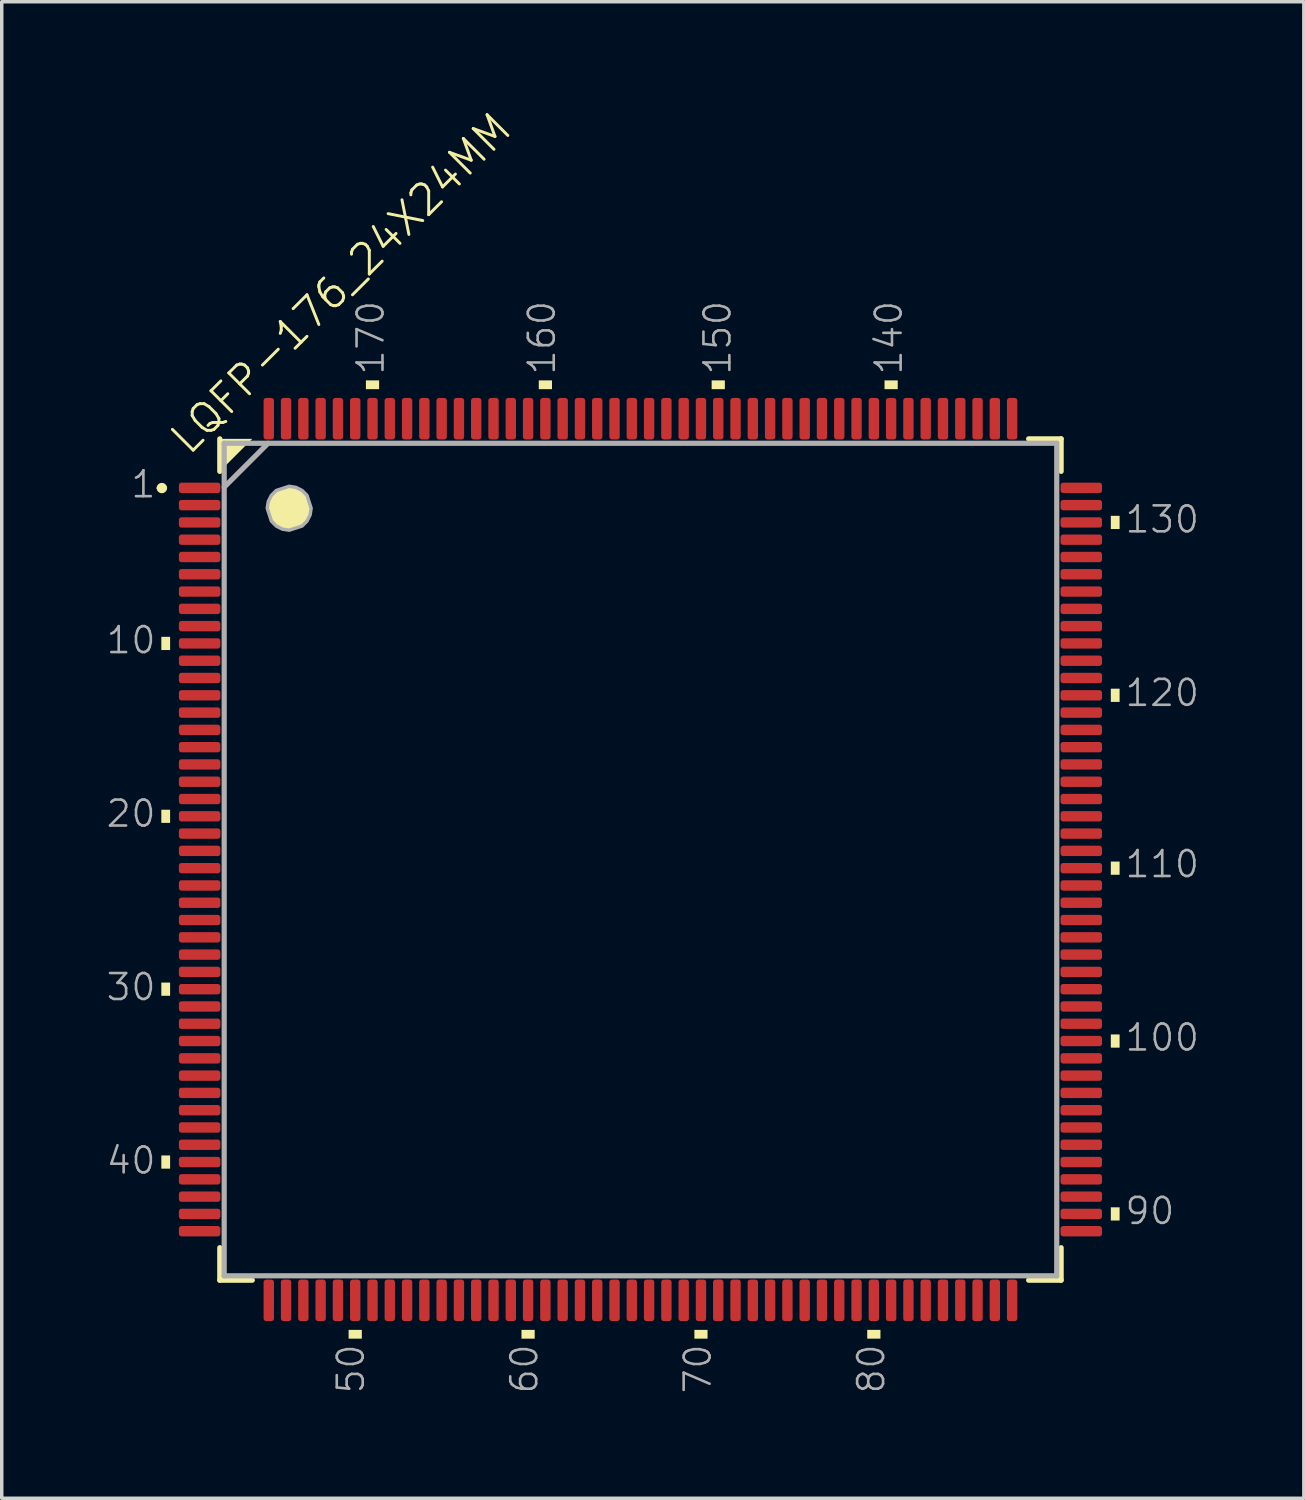
<source format=kicad_pcb>
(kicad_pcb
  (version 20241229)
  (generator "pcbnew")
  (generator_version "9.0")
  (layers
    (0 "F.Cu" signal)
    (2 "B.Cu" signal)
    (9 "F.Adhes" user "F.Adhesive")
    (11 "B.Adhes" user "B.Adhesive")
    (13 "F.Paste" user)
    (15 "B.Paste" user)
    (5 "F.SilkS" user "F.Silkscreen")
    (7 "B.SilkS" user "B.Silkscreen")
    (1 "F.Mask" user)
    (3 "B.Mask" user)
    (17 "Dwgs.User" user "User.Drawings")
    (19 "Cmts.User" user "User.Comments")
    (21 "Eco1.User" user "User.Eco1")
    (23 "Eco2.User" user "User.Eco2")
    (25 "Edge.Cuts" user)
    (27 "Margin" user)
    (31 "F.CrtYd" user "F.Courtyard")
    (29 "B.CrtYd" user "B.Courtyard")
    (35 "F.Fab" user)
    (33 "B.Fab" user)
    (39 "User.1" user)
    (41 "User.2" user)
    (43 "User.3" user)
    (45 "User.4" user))
  (footprint "LQFP-176_24X24MM"
    (layer "F.Cu")
    (at 15.474 21.81)
    (property "Reference" "LQFP-176_24X24MM" (at -13.043 -11.581 45) (layer "F.SilkS") (effects (font (size 0.85 0.85) (thickness 0.085)) (justify left bottom)))
    (attr smd)
    (fp_line (start -12.167 -12.167) (end -12.167 -11.227) (stroke (width 0.15) (type solid)) (layer "F.SilkS"))
    (fp_line (start -12.167 11.227) (end -12.167 12.167) (stroke (width 0.15) (type solid)) (layer "F.SilkS"))
    (fp_line (start -12.167 12.167) (end -11.227 12.167) (stroke (width 0.15) (type solid)) (layer "F.SilkS"))
    (fp_line (start 11.227 12.167) (end 12.167 12.167) (stroke (width 0.15) (type solid)) (layer "F.SilkS"))
    (fp_line (start 12.167 -12.167) (end 11.227 -12.167) (stroke (width 0.15) (type solid)) (layer "F.SilkS"))
    (fp_line (start 12.167 -11.227) (end 12.167 -12.167) (stroke (width 0.15) (type solid)) (layer "F.SilkS"))
    (fp_line (start 12.167 12.167) (end 12.167 11.227) (stroke (width 0.15) (type solid)) (layer "F.SilkS"))
    (fp_arc (start -13.9192 -10.7442) (mid -13.843 -10.8204) (end -13.7668 -10.7442) (stroke (width 0.15) (type solid)) (layer "F.SilkS"))
    (fp_arc (start -13.7668 -10.7442) (mid -13.843 -10.668) (end -13.9192 -10.7442) (stroke (width 0.15) (type solid)) (layer "F.SilkS"))
    (fp_poly (pts (xy -12.167 -12.167) (xy -11.227 -12.167) (xy -12.167 -11.227)) (stroke (width 0) (type solid)) (fill yes) (layer "F.SilkS"))
    (fp_poly (pts (xy -13.858 -6.441) (xy -13.858 -6.059) (xy -13.604 -6.059) (xy -13.604 -6.441)) (stroke (width 0) (type solid)) (fill yes) (layer "F.SilkS"))
    (fp_poly (pts (xy -13.858 -1.44) (xy -13.858 -1.06) (xy -13.604 -1.06) (xy -13.604 -1.44)) (stroke (width 0) (type solid)) (fill yes) (layer "F.SilkS"))
    (fp_poly (pts (xy -13.858 3.559) (xy -13.858 3.941) (xy -13.604 3.941) (xy -13.604 3.559)) (stroke (width 0) (type solid)) (fill yes) (layer "F.SilkS"))
    (fp_poly (pts (xy -13.858 8.559) (xy -13.858 8.941) (xy -13.604 8.941) (xy -13.604 8.559)) (stroke (width 0) (type solid)) (fill yes) (layer "F.SilkS"))
    (fp_poly (pts (xy -8.441 13.604) (xy -8.441 13.858) (xy -8.059 13.858) (xy -8.059 13.604)) (stroke (width 0) (type solid)) (fill yes) (layer "F.SilkS"))
    (fp_poly (pts (xy -7.941 -13.604) (xy -7.941 -13.858) (xy -7.559 -13.858) (xy -7.559 -13.604)) (stroke (width 0) (type solid)) (fill yes) (layer "F.SilkS"))
    (fp_poly (pts (xy -3.441 13.604) (xy -3.441 13.858) (xy -3.059 13.858) (xy -3.059 13.604)) (stroke (width 0) (type solid)) (fill yes) (layer "F.SilkS"))
    (fp_poly (pts (xy -2.941 -13.604) (xy -2.941 -13.858) (xy -2.559 -13.858) (xy -2.559 -13.604)) (stroke (width 0) (type solid)) (fill yes) (layer "F.SilkS"))
    (fp_poly (pts (xy 1.56 13.604) (xy 1.56 13.858) (xy 1.94 13.858) (xy 1.94 13.604)) (stroke (width 0) (type solid)) (fill yes) (layer "F.SilkS"))
    (fp_poly (pts (xy 2.059 -13.604) (xy 2.059 -13.858) (xy 2.441 -13.858) (xy 2.441 -13.604)) (stroke (width 0) (type solid)) (fill yes) (layer "F.SilkS"))
    (fp_poly (pts (xy 6.559 13.604) (xy 6.559 13.858) (xy 6.941 13.858) (xy 6.941 13.604)) (stroke (width 0) (type solid)) (fill yes) (layer "F.SilkS"))
    (fp_poly (pts (xy 7.059 -13.604) (xy 7.059 -13.858) (xy 7.441 -13.858) (xy 7.441 -13.604)) (stroke (width 0) (type solid)) (fill yes) (layer "F.SilkS"))
    (fp_poly (pts (xy 13.858 -9.941) (xy 13.858 -9.559) (xy 13.604 -9.559) (xy 13.604 -9.941)) (stroke (width 0) (type solid)) (fill yes) (layer "F.SilkS"))
    (fp_poly (pts (xy 13.858 -4.941) (xy 13.858 -4.559) (xy 13.604 -4.559) (xy 13.604 -4.941)) (stroke (width 0) (type solid)) (fill yes) (layer "F.SilkS"))
    (fp_poly (pts (xy 13.858 0.059) (xy 13.858 0.441) (xy 13.604 0.441) (xy 13.604 0.059)) (stroke (width 0) (type solid)) (fill yes) (layer "F.SilkS"))
    (fp_poly (pts (xy 13.858 5.059) (xy 13.858 5.441) (xy 13.604 5.441) (xy 13.604 5.059)) (stroke (width 0) (type solid)) (fill yes) (layer "F.SilkS"))
    (fp_poly (pts (xy 13.858 10.059) (xy 13.858 10.441) (xy 13.604 10.441) (xy 13.604 10.059)) (stroke (width 0) (type solid)) (fill yes) (layer "F.SilkS"))
    (fp_poly (pts (xy -10.16 -10.795) (xy -9.964 -10.764) (xy -9.787 -10.674) (xy -9.646 -10.533) (xy -9.525 -10.16) (xy -9.556 -9.964) (xy -9.646 -9.787) (xy -9.787 -9.646) (xy -10.16 -9.525) (xy -10.356 -9.556) (xy -10.533 -9.646) (xy -10.674 -9.787) (xy -10.795 -10.16) (xy -10.764 -10.356) (xy -10.674 -10.533) (xy -10.533 -10.674)) (stroke (width 0) (type solid)) (fill yes) (layer "F.SilkS"))
    (fp_line (start -12.04 -12.04) (end -12.04 12.04) (stroke (width 0.15) (type solid)) (layer "F.Fab"))
    (fp_line (start -12.04 -10.77) (end -10.77 -12.04) (stroke (width 0.15) (type solid)) (layer "F.Fab"))
    (fp_line (start -12.04 12.04) (end 12.04 12.04) (stroke (width 0.15) (type solid)) (layer "F.Fab"))
    (fp_line (start 12.04 -12.04) (end -12.04 -12.04) (stroke (width 0.15) (type solid)) (layer "F.Fab"))
    (fp_line (start 12.04 12.04) (end 12.04 -12.04) (stroke (width 0.15) (type solid)) (layer "F.Fab"))
    (fp_poly (pts (xy -10.16 -10.795) (xy -9.964 -10.764) (xy -9.787 -10.674) (xy -9.646 -10.533) (xy -9.525 -10.16) (xy -9.556 -9.964) (xy -9.646 -9.787) (xy -9.787 -9.646) (xy -10.16 -9.525) (xy -10.356 -9.556) (xy -10.533 -9.646) (xy -10.674 -9.787) (xy -10.795 -10.16) (xy -10.764 -10.356) (xy -10.674 -10.533) (xy -10.533 -10.674)) (stroke (width 0.1) (type solid)) (fill no) (layer "F.Fab"))
    (fp_text user "110" (at 13.97 0.572 0) (layer "F.Fab") (effects (font (size 0.75 0.75) (thickness 0.075)) (justify left bottom)))
    (fp_text user "80" (at 7.112 13.97 90) (layer "F.Fab") (effects (font (size 0.75 0.75) (thickness 0.075)) (justify right bottom)))
    (fp_text user "120" (at 13.97 -4.381 0) (layer "F.Fab") (effects (font (size 0.75 0.75) (thickness 0.075)) (justify left bottom)))
    (fp_text user "40" (at -13.97 9.144 0) (layer "F.Fab") (effects (font (size 0.75 0.75) (thickness 0.075)) (justify right bottom)))
    (fp_text user "20" (at -13.97 -0.889 0) (layer "F.Fab") (effects (font (size 0.75 0.75) (thickness 0.075)) (justify right bottom)))
    (fp_text user "90" (at 13.97 10.604 0) (layer "F.Fab") (effects (font (size 0.75 0.75) (thickness 0.075)) (justify left bottom)))
    (fp_text user "70" (at 2.095 13.97 90) (layer "F.Fab") (effects (font (size 0.75 0.75) (thickness 0.075)) (justify right bottom)))
    (fp_text user "170" (at -7.366 -13.97 90) (layer "F.Fab") (effects (font (size 0.75 0.75) (thickness 0.075)) (justify left bottom)))
    (fp_text user "140" (at 7.62 -13.97 90) (layer "F.Fab") (effects (font (size 0.75 0.75) (thickness 0.075)) (justify left bottom)))
    (fp_text user "100" (at 13.97 5.588 0) (layer "F.Fab") (effects (font (size 0.75 0.75) (thickness 0.075)) (justify left bottom)))
    (fp_text user "160" (at -2.413 -13.97 90) (layer "F.Fab") (effects (font (size 0.75 0.75) (thickness 0.075)) (justify left bottom)))
    (fp_text user "150" (at 2.667 -13.97 90) (layer "F.Fab") (effects (font (size 0.75 0.75) (thickness 0.075)) (justify left bottom)))
    (fp_text user "50" (at -7.938 13.97 90) (layer "F.Fab") (effects (font (size 0.75 0.75) (thickness 0.075)) (justify right bottom)))
    (fp_text user "30" (at -13.97 4.128 0) (layer "F.Fab") (effects (font (size 0.75 0.75) (thickness 0.075)) (justify right bottom)))
    (fp_text user "1" (at -13.97 -10.414 0) (layer "F.Fab") (effects (font (size 0.75 0.75) (thickness 0.075)) (justify right bottom)))
    (fp_text user "130" (at 13.97 -9.398 0) (layer "F.Fab") (effects (font (size 0.75 0.75) (thickness 0.075)) (justify left bottom)))
    (fp_text user "10" (at -13.97 -5.905 0) (layer "F.Fab") (effects (font (size 0.75 0.75) (thickness 0.075)) (justify right bottom)))
    (fp_text user "60" (at -2.921 13.97 90) (layer "F.Fab") (effects (font (size 0.75 0.75) (thickness 0.075)) (justify right bottom)))
    (pad "1" smd roundrect (at -12.75 -10.75) (size 1.2 0.3) (layers "F.Cu" "F.Mask" "F.Paste") (roundrect_rratio 0.25))
    (pad "2" smd roundrect (at -12.75 -10.25) (size 1.2 0.3) (layers "F.Cu" "F.Mask" "F.Paste") (roundrect_rratio 0.25))
    (pad "3" smd roundrect (at -12.75 -9.75) (size 1.2 0.3) (layers "F.Cu" "F.Mask" "F.Paste") (roundrect_rratio 0.25))
    (pad "4" smd roundrect (at -12.75 -9.25) (size 1.2 0.3) (layers "F.Cu" "F.Mask" "F.Paste") (roundrect_rratio 0.25))
    (pad "5" smd roundrect (at -12.75 -8.75) (size 1.2 0.3) (layers "F.Cu" "F.Mask" "F.Paste") (roundrect_rratio 0.25))
    (pad "6" smd roundrect (at -12.75 -8.25) (size 1.2 0.3) (layers "F.Cu" "F.Mask" "F.Paste") (roundrect_rratio 0.25))
    (pad "7" smd roundrect (at -12.75 -7.75) (size 1.2 0.3) (layers "F.Cu" "F.Mask" "F.Paste") (roundrect_rratio 0.25))
    (pad "8" smd roundrect (at -12.75 -7.25) (size 1.2 0.3) (layers "F.Cu" "F.Mask" "F.Paste") (roundrect_rratio 0.25))
    (pad "9" smd roundrect (at -12.75 -6.75) (size 1.2 0.3) (layers "F.Cu" "F.Mask" "F.Paste") (roundrect_rratio 0.25))
    (pad "10" smd roundrect (at -12.75 -6.25) (size 1.2 0.3) (layers "F.Cu" "F.Mask" "F.Paste") (roundrect_rratio 0.25))
    (pad "11" smd roundrect (at -12.75 -5.75) (size 1.2 0.3) (layers "F.Cu" "F.Mask" "F.Paste") (roundrect_rratio 0.25))
    (pad "12" smd roundrect (at -12.75 -5.25) (size 1.2 0.3) (layers "F.Cu" "F.Mask" "F.Paste") (roundrect_rratio 0.25))
    (pad "13" smd roundrect (at -12.75 -4.75) (size 1.2 0.3) (layers "F.Cu" "F.Mask" "F.Paste") (roundrect_rratio 0.25))
    (pad "14" smd roundrect (at -12.75 -4.25) (size 1.2 0.3) (layers "F.Cu" "F.Mask" "F.Paste") (roundrect_rratio 0.25))
    (pad "15" smd roundrect (at -12.75 -3.75) (size 1.2 0.3) (layers "F.Cu" "F.Mask" "F.Paste") (roundrect_rratio 0.25))
    (pad "16" smd roundrect (at -12.75 -3.25) (size 1.2 0.3) (layers "F.Cu" "F.Mask" "F.Paste") (roundrect_rratio 0.25))
    (pad "17" smd roundrect (at -12.75 -2.75) (size 1.2 0.3) (layers "F.Cu" "F.Mask" "F.Paste") (roundrect_rratio 0.25))
    (pad "18" smd roundrect (at -12.75 -2.25) (size 1.2 0.3) (layers "F.Cu" "F.Mask" "F.Paste") (roundrect_rratio 0.25))
    (pad "19" smd roundrect (at -12.75 -1.75) (size 1.2 0.3) (layers "F.Cu" "F.Mask" "F.Paste") (roundrect_rratio 0.25))
    (pad "20" smd roundrect (at -12.75 -1.25) (size 1.2 0.3) (layers "F.Cu" "F.Mask" "F.Paste") (roundrect_rratio 0.25))
    (pad "21" smd roundrect (at -12.75 -0.75) (size 1.2 0.3) (layers "F.Cu" "F.Mask" "F.Paste") (roundrect_rratio 0.25))
    (pad "22" smd roundrect (at -12.75 -0.25) (size 1.2 0.3) (layers "F.Cu" "F.Mask" "F.Paste") (roundrect_rratio 0.25))
    (pad "23" smd roundrect (at -12.75 0.25) (size 1.2 0.3) (layers "F.Cu" "F.Mask" "F.Paste") (roundrect_rratio 0.25))
    (pad "24" smd roundrect (at -12.75 0.75) (size 1.2 0.3) (layers "F.Cu" "F.Mask" "F.Paste") (roundrect_rratio 0.25))
    (pad "25" smd roundrect (at -12.75 1.25) (size 1.2 0.3) (layers "F.Cu" "F.Mask" "F.Paste") (roundrect_rratio 0.25))
    (pad "26" smd roundrect (at -12.75 1.75) (size 1.2 0.3) (layers "F.Cu" "F.Mask" "F.Paste") (roundrect_rratio 0.25))
    (pad "27" smd roundrect (at -12.75 2.25) (size 1.2 0.3) (layers "F.Cu" "F.Mask" "F.Paste") (roundrect_rratio 0.25))
    (pad "28" smd roundrect (at -12.75 2.75) (size 1.2 0.3) (layers "F.Cu" "F.Mask" "F.Paste") (roundrect_rratio 0.25))
    (pad "29" smd roundrect (at -12.75 3.25) (size 1.2 0.3) (layers "F.Cu" "F.Mask" "F.Paste") (roundrect_rratio 0.25))
    (pad "30" smd roundrect (at -12.75 3.75) (size 1.2 0.3) (layers "F.Cu" "F.Mask" "F.Paste") (roundrect_rratio 0.25))
    (pad "31" smd roundrect (at -12.75 4.25) (size 1.2 0.3) (layers "F.Cu" "F.Mask" "F.Paste") (roundrect_rratio 0.25))
    (pad "32" smd roundrect (at -12.75 4.75) (size 1.2 0.3) (layers "F.Cu" "F.Mask" "F.Paste") (roundrect_rratio 0.25))
    (pad "33" smd roundrect (at -12.75 5.25) (size 1.2 0.3) (layers "F.Cu" "F.Mask" "F.Paste") (roundrect_rratio 0.25))
    (pad "34" smd roundrect (at -12.75 5.75) (size 1.2 0.3) (layers "F.Cu" "F.Mask" "F.Paste") (roundrect_rratio 0.25))
    (pad "35" smd roundrect (at -12.75 6.25) (size 1.2 0.3) (layers "F.Cu" "F.Mask" "F.Paste") (roundrect_rratio 0.25))
    (pad "36" smd roundrect (at -12.75 6.75) (size 1.2 0.3) (layers "F.Cu" "F.Mask" "F.Paste") (roundrect_rratio 0.25))
    (pad "37" smd roundrect (at -12.75 7.25) (size 1.2 0.3) (layers "F.Cu" "F.Mask" "F.Paste") (roundrect_rratio 0.25))
    (pad "38" smd roundrect (at -12.75 7.75) (size 1.2 0.3) (layers "F.Cu" "F.Mask" "F.Paste") (roundrect_rratio 0.25))
    (pad "39" smd roundrect (at -12.75 8.25) (size 1.2 0.3) (layers "F.Cu" "F.Mask" "F.Paste") (roundrect_rratio 0.25))
    (pad "40" smd roundrect (at -12.75 8.75) (size 1.2 0.3) (layers "F.Cu" "F.Mask" "F.Paste") (roundrect_rratio 0.25))
    (pad "41" smd roundrect (at -12.75 9.25) (size 1.2 0.3) (layers "F.Cu" "F.Mask" "F.Paste") (roundrect_rratio 0.25))
    (pad "42" smd roundrect (at -12.75 9.75) (size 1.2 0.3) (layers "F.Cu" "F.Mask" "F.Paste") (roundrect_rratio 0.25))
    (pad "43" smd roundrect (at -12.75 10.25) (size 1.2 0.3) (layers "F.Cu" "F.Mask" "F.Paste") (roundrect_rratio 0.25))
    (pad "44" smd roundrect (at -12.75 10.75) (size 1.2 0.3) (layers "F.Cu" "F.Mask" "F.Paste") (roundrect_rratio 0.25))
    (pad "45" smd roundrect (at -10.75 12.75 270) (size 1.2 0.3) (layers "F.Cu" "F.Mask" "F.Paste") (roundrect_rratio 0.25))
    (pad "46" smd roundrect (at -10.25 12.75 270) (size 1.2 0.3) (layers "F.Cu" "F.Mask" "F.Paste") (roundrect_rratio 0.25))
    (pad "47" smd roundrect (at -9.75 12.75 270) (size 1.2 0.3) (layers "F.Cu" "F.Mask" "F.Paste") (roundrect_rratio 0.25))
    (pad "48" smd roundrect (at -9.25 12.75 270) (size 1.2 0.3) (layers "F.Cu" "F.Mask" "F.Paste") (roundrect_rratio 0.25))
    (pad "49" smd roundrect (at -8.75 12.75 270) (size 1.2 0.3) (layers "F.Cu" "F.Mask" "F.Paste") (roundrect_rratio 0.25))
    (pad "50" smd roundrect (at -8.25 12.75 270) (size 1.2 0.3) (layers "F.Cu" "F.Mask" "F.Paste") (roundrect_rratio 0.25))
    (pad "51" smd roundrect (at -7.75 12.75 270) (size 1.2 0.3) (layers "F.Cu" "F.Mask" "F.Paste") (roundrect_rratio 0.25))
    (pad "52" smd roundrect (at -7.25 12.75 270) (size 1.2 0.3) (layers "F.Cu" "F.Mask" "F.Paste") (roundrect_rratio 0.25))
    (pad "53" smd roundrect (at -6.75 12.75 270) (size 1.2 0.3) (layers "F.Cu" "F.Mask" "F.Paste") (roundrect_rratio 0.25))
    (pad "54" smd roundrect (at -6.25 12.75 270) (size 1.2 0.3) (layers "F.Cu" "F.Mask" "F.Paste") (roundrect_rratio 0.25))
    (pad "55" smd roundrect (at -5.75 12.75 270) (size 1.2 0.3) (layers "F.Cu" "F.Mask" "F.Paste") (roundrect_rratio 0.25))
    (pad "56" smd roundrect (at -5.25 12.75 270) (size 1.2 0.3) (layers "F.Cu" "F.Mask" "F.Paste") (roundrect_rratio 0.25))
    (pad "57" smd roundrect (at -4.75 12.75 270) (size 1.2 0.3) (layers "F.Cu" "F.Mask" "F.Paste") (roundrect_rratio 0.25))
    (pad "58" smd roundrect (at -4.25 12.75 270) (size 1.2 0.3) (layers "F.Cu" "F.Mask" "F.Paste") (roundrect_rratio 0.25))
    (pad "59" smd roundrect (at -3.75 12.75 270) (size 1.2 0.3) (layers "F.Cu" "F.Mask" "F.Paste") (roundrect_rratio 0.25))
    (pad "60" smd roundrect (at -3.25 12.75 270) (size 1.2 0.3) (layers "F.Cu" "F.Mask" "F.Paste") (roundrect_rratio 0.25))
    (pad "61" smd roundrect (at -2.75 12.75 270) (size 1.2 0.3) (layers "F.Cu" "F.Mask" "F.Paste") (roundrect_rratio 0.25))
    (pad "62" smd roundrect (at -2.25 12.75 270) (size 1.2 0.3) (layers "F.Cu" "F.Mask" "F.Paste") (roundrect_rratio 0.25))
    (pad "63" smd roundrect (at -1.75 12.75 270) (size 1.2 0.3) (layers "F.Cu" "F.Mask" "F.Paste") (roundrect_rratio 0.25))
    (pad "64" smd roundrect (at -1.25 12.75 270) (size 1.2 0.3) (layers "F.Cu" "F.Mask" "F.Paste") (roundrect_rratio 0.25))
    (pad "65" smd roundrect (at -0.75 12.75 270) (size 1.2 0.3) (layers "F.Cu" "F.Mask" "F.Paste") (roundrect_rratio 0.25))
    (pad "66" smd roundrect (at -0.25 12.75 270) (size 1.2 0.3) (layers "F.Cu" "F.Mask" "F.Paste") (roundrect_rratio 0.25))
    (pad "67" smd roundrect (at 0.25 12.75 270) (size 1.2 0.3) (layers "F.Cu" "F.Mask" "F.Paste") (roundrect_rratio 0.25))
    (pad "68" smd roundrect (at 0.75 12.75 270) (size 1.2 0.3) (layers "F.Cu" "F.Mask" "F.Paste") (roundrect_rratio 0.25))
    (pad "69" smd roundrect (at 1.25 12.75 270) (size 1.2 0.3) (layers "F.Cu" "F.Mask" "F.Paste") (roundrect_rratio 0.25))
    (pad "70" smd roundrect (at 1.75 12.75 270) (size 1.2 0.3) (layers "F.Cu" "F.Mask" "F.Paste") (roundrect_rratio 0.25))
    (pad "71" smd roundrect (at 2.25 12.75 270) (size 1.2 0.3) (layers "F.Cu" "F.Mask" "F.Paste") (roundrect_rratio 0.25))
    (pad "72" smd roundrect (at 2.75 12.75 270) (size 1.2 0.3) (layers "F.Cu" "F.Mask" "F.Paste") (roundrect_rratio 0.25))
    (pad "73" smd roundrect (at 3.25 12.75 270) (size 1.2 0.3) (layers "F.Cu" "F.Mask" "F.Paste") (roundrect_rratio 0.25))
    (pad "74" smd roundrect (at 3.75 12.75 270) (size 1.2 0.3) (layers "F.Cu" "F.Mask" "F.Paste") (roundrect_rratio 0.25))
    (pad "75" smd roundrect (at 4.25 12.75 270) (size 1.2 0.3) (layers "F.Cu" "F.Mask" "F.Paste") (roundrect_rratio 0.25))
    (pad "76" smd roundrect (at 4.75 12.75 270) (size 1.2 0.3) (layers "F.Cu" "F.Mask" "F.Paste") (roundrect_rratio 0.25))
    (pad "77" smd roundrect (at 5.25 12.75 270) (size 1.2 0.3) (layers "F.Cu" "F.Mask" "F.Paste") (roundrect_rratio 0.25))
    (pad "78" smd roundrect (at 5.75 12.75 270) (size 1.2 0.3) (layers "F.Cu" "F.Mask" "F.Paste") (roundrect_rratio 0.25))
    (pad "79" smd roundrect (at 6.25 12.75 270) (size 1.2 0.3) (layers "F.Cu" "F.Mask" "F.Paste") (roundrect_rratio 0.25))
    (pad "80" smd roundrect (at 6.75 12.75 270) (size 1.2 0.3) (layers "F.Cu" "F.Mask" "F.Paste") (roundrect_rratio 0.25))
    (pad "81" smd roundrect (at 7.25 12.75 270) (size 1.2 0.3) (layers "F.Cu" "F.Mask" "F.Paste") (roundrect_rratio 0.25))
    (pad "82" smd roundrect (at 7.75 12.75 270) (size 1.2 0.3) (layers "F.Cu" "F.Mask" "F.Paste") (roundrect_rratio 0.25))
    (pad "83" smd roundrect (at 8.25 12.75 270) (size 1.2 0.3) (layers "F.Cu" "F.Mask" "F.Paste") (roundrect_rratio 0.25))
    (pad "84" smd roundrect (at 8.75 12.75 270) (size 1.2 0.3) (layers "F.Cu" "F.Mask" "F.Paste") (roundrect_rratio 0.25))
    (pad "85" smd roundrect (at 9.25 12.75 270) (size 1.2 0.3) (layers "F.Cu" "F.Mask" "F.Paste") (roundrect_rratio 0.25))
    (pad "86" smd roundrect (at 9.75 12.75 270) (size 1.2 0.3) (layers "F.Cu" "F.Mask" "F.Paste") (roundrect_rratio 0.25))
    (pad "87" smd roundrect (at 10.25 12.75 270) (size 1.2 0.3) (layers "F.Cu" "F.Mask" "F.Paste") (roundrect_rratio 0.25))
    (pad "88" smd roundrect (at 10.75 12.75 270) (size 1.2 0.3) (layers "F.Cu" "F.Mask" "F.Paste") (roundrect_rratio 0.25))
    (pad "89" smd roundrect (at 12.75 10.75) (size 1.2 0.3) (layers "F.Cu" "F.Mask" "F.Paste") (roundrect_rratio 0.25))
    (pad "90" smd roundrect (at 12.75 10.25) (size 1.2 0.3) (layers "F.Cu" "F.Mask" "F.Paste") (roundrect_rratio 0.25))
    (pad "91" smd roundrect (at 12.75 9.75) (size 1.2 0.3) (layers "F.Cu" "F.Mask" "F.Paste") (roundrect_rratio 0.25))
    (pad "92" smd roundrect (at 12.75 9.25) (size 1.2 0.3) (layers "F.Cu" "F.Mask" "F.Paste") (roundrect_rratio 0.25))
    (pad "93" smd roundrect (at 12.75 8.75) (size 1.2 0.3) (layers "F.Cu" "F.Mask" "F.Paste") (roundrect_rratio 0.25))
    (pad "94" smd roundrect (at 12.75 8.25) (size 1.2 0.3) (layers "F.Cu" "F.Mask" "F.Paste") (roundrect_rratio 0.25))
    (pad "95" smd roundrect (at 12.75 7.75) (size 1.2 0.3) (layers "F.Cu" "F.Mask" "F.Paste") (roundrect_rratio 0.25))
    (pad "96" smd roundrect (at 12.75 7.25) (size 1.2 0.3) (layers "F.Cu" "F.Mask" "F.Paste") (roundrect_rratio 0.25))
    (pad "97" smd roundrect (at 12.75 6.75) (size 1.2 0.3) (layers "F.Cu" "F.Mask" "F.Paste") (roundrect_rratio 0.25))
    (pad "98" smd roundrect (at 12.75 6.25) (size 1.2 0.3) (layers "F.Cu" "F.Mask" "F.Paste") (roundrect_rratio 0.25))
    (pad "99" smd roundrect (at 12.75 5.75) (size 1.2 0.3) (layers "F.Cu" "F.Mask" "F.Paste") (roundrect_rratio 0.25))
    (pad "100" smd roundrect (at 12.75 5.25) (size 1.2 0.3) (layers "F.Cu" "F.Mask" "F.Paste") (roundrect_rratio 0.25))
    (pad "101" smd roundrect (at 12.75 4.75) (size 1.2 0.3) (layers "F.Cu" "F.Mask" "F.Paste") (roundrect_rratio 0.25))
    (pad "102" smd roundrect (at 12.75 4.25) (size 1.2 0.3) (layers "F.Cu" "F.Mask" "F.Paste") (roundrect_rratio 0.25))
    (pad "103" smd roundrect (at 12.75 3.75) (size 1.2 0.3) (layers "F.Cu" "F.Mask" "F.Paste") (roundrect_rratio 0.25))
    (pad "104" smd roundrect (at 12.75 3.25) (size 1.2 0.3) (layers "F.Cu" "F.Mask" "F.Paste") (roundrect_rratio 0.25))
    (pad "105" smd roundrect (at 12.75 2.75) (size 1.2 0.3) (layers "F.Cu" "F.Mask" "F.Paste") (roundrect_rratio 0.25))
    (pad "106" smd roundrect (at 12.75 2.25) (size 1.2 0.3) (layers "F.Cu" "F.Mask" "F.Paste") (roundrect_rratio 0.25))
    (pad "107" smd roundrect (at 12.75 1.75) (size 1.2 0.3) (layers "F.Cu" "F.Mask" "F.Paste") (roundrect_rratio 0.25))
    (pad "108" smd roundrect (at 12.75 1.25) (size 1.2 0.3) (layers "F.Cu" "F.Mask" "F.Paste") (roundrect_rratio 0.25))
    (pad "109" smd roundrect (at 12.75 0.75) (size 1.2 0.3) (layers "F.Cu" "F.Mask" "F.Paste") (roundrect_rratio 0.25))
    (pad "110" smd roundrect (at 12.75 0.25) (size 1.2 0.3) (layers "F.Cu" "F.Mask" "F.Paste") (roundrect_rratio 0.25))
    (pad "111" smd roundrect (at 12.75 -0.25) (size 1.2 0.3) (layers "F.Cu" "F.Mask" "F.Paste") (roundrect_rratio 0.25))
    (pad "112" smd roundrect (at 12.75 -0.75) (size 1.2 0.3) (layers "F.Cu" "F.Mask" "F.Paste") (roundrect_rratio 0.25))
    (pad "113" smd roundrect (at 12.75 -1.25) (size 1.2 0.3) (layers "F.Cu" "F.Mask" "F.Paste") (roundrect_rratio 0.25))
    (pad "114" smd roundrect (at 12.75 -1.75) (size 1.2 0.3) (layers "F.Cu" "F.Mask" "F.Paste") (roundrect_rratio 0.25))
    (pad "115" smd roundrect (at 12.75 -2.25) (size 1.2 0.3) (layers "F.Cu" "F.Mask" "F.Paste") (roundrect_rratio 0.25))
    (pad "116" smd roundrect (at 12.75 -2.75) (size 1.2 0.3) (layers "F.Cu" "F.Mask" "F.Paste") (roundrect_rratio 0.25))
    (pad "117" smd roundrect (at 12.75 -3.25) (size 1.2 0.3) (layers "F.Cu" "F.Mask" "F.Paste") (roundrect_rratio 0.25))
    (pad "118" smd roundrect (at 12.75 -3.75) (size 1.2 0.3) (layers "F.Cu" "F.Mask" "F.Paste") (roundrect_rratio 0.25))
    (pad "119" smd roundrect (at 12.75 -4.25) (size 1.2 0.3) (layers "F.Cu" "F.Mask" "F.Paste") (roundrect_rratio 0.25))
    (pad "120" smd roundrect (at 12.75 -4.75) (size 1.2 0.3) (layers "F.Cu" "F.Mask" "F.Paste") (roundrect_rratio 0.25))
    (pad "121" smd roundrect (at 12.75 -5.25) (size 1.2 0.3) (layers "F.Cu" "F.Mask" "F.Paste") (roundrect_rratio 0.25))
    (pad "122" smd roundrect (at 12.75 -5.75) (size 1.2 0.3) (layers "F.Cu" "F.Mask" "F.Paste") (roundrect_rratio 0.25))
    (pad "123" smd roundrect (at 12.75 -6.25) (size 1.2 0.3) (layers "F.Cu" "F.Mask" "F.Paste") (roundrect_rratio 0.25))
    (pad "124" smd roundrect (at 12.75 -6.75) (size 1.2 0.3) (layers "F.Cu" "F.Mask" "F.Paste") (roundrect_rratio 0.25))
    (pad "125" smd roundrect (at 12.75 -7.25) (size 1.2 0.3) (layers "F.Cu" "F.Mask" "F.Paste") (roundrect_rratio 0.25))
    (pad "126" smd roundrect (at 12.75 -7.75) (size 1.2 0.3) (layers "F.Cu" "F.Mask" "F.Paste") (roundrect_rratio 0.25))
    (pad "127" smd roundrect (at 12.75 -8.25) (size 1.2 0.3) (layers "F.Cu" "F.Mask" "F.Paste") (roundrect_rratio 0.25))
    (pad "128" smd roundrect (at 12.75 -8.75) (size 1.2 0.3) (layers "F.Cu" "F.Mask" "F.Paste") (roundrect_rratio 0.25))
    (pad "129" smd roundrect (at 12.75 -9.25) (size 1.2 0.3) (layers "F.Cu" "F.Mask" "F.Paste") (roundrect_rratio 0.25))
    (pad "130" smd roundrect (at 12.75 -9.75) (size 1.2 0.3) (layers "F.Cu" "F.Mask" "F.Paste") (roundrect_rratio 0.25))
    (pad "131" smd roundrect (at 12.75 -10.25) (size 1.2 0.3) (layers "F.Cu" "F.Mask" "F.Paste") (roundrect_rratio 0.25))
    (pad "132" smd roundrect (at 12.75 -10.75) (size 1.2 0.3) (layers "F.Cu" "F.Mask" "F.Paste") (roundrect_rratio 0.25))
    (pad "133" smd roundrect (at 10.75 -12.75 270) (size 1.2 0.3) (layers "F.Cu" "F.Mask" "F.Paste") (roundrect_rratio 0.25))
    (pad "134" smd roundrect (at 10.25 -12.75 270) (size 1.2 0.3) (layers "F.Cu" "F.Mask" "F.Paste") (roundrect_rratio 0.25))
    (pad "135" smd roundrect (at 9.75 -12.75 270) (size 1.2 0.3) (layers "F.Cu" "F.Mask" "F.Paste") (roundrect_rratio 0.25))
    (pad "136" smd roundrect (at 9.25 -12.75 270) (size 1.2 0.3) (layers "F.Cu" "F.Mask" "F.Paste") (roundrect_rratio 0.25))
    (pad "137" smd roundrect (at 8.75 -12.75 270) (size 1.2 0.3) (layers "F.Cu" "F.Mask" "F.Paste") (roundrect_rratio 0.25))
    (pad "138" smd roundrect (at 8.25 -12.75 270) (size 1.2 0.3) (layers "F.Cu" "F.Mask" "F.Paste") (roundrect_rratio 0.25))
    (pad "139" smd roundrect (at 7.75 -12.75 270) (size 1.2 0.3) (layers "F.Cu" "F.Mask" "F.Paste") (roundrect_rratio 0.25))
    (pad "140" smd roundrect (at 7.25 -12.75 270) (size 1.2 0.3) (layers "F.Cu" "F.Mask" "F.Paste") (roundrect_rratio 0.25))
    (pad "141" smd roundrect (at 6.75 -12.75 270) (size 1.2 0.3) (layers "F.Cu" "F.Mask" "F.Paste") (roundrect_rratio 0.25))
    (pad "142" smd roundrect (at 6.25 -12.75 270) (size 1.2 0.3) (layers "F.Cu" "F.Mask" "F.Paste") (roundrect_rratio 0.25))
    (pad "143" smd roundrect (at 5.75 -12.75 270) (size 1.2 0.3) (layers "F.Cu" "F.Mask" "F.Paste") (roundrect_rratio 0.25))
    (pad "144" smd roundrect (at 5.25 -12.75 270) (size 1.2 0.3) (layers "F.Cu" "F.Mask" "F.Paste") (roundrect_rratio 0.25))
    (pad "145" smd roundrect (at 4.75 -12.75 270) (size 1.2 0.3) (layers "F.Cu" "F.Mask" "F.Paste") (roundrect_rratio 0.25))
    (pad "146" smd roundrect (at 4.25 -12.75 270) (size 1.2 0.3) (layers "F.Cu" "F.Mask" "F.Paste") (roundrect_rratio 0.25))
    (pad "147" smd roundrect (at 3.75 -12.75 270) (size 1.2 0.3) (layers "F.Cu" "F.Mask" "F.Paste") (roundrect_rratio 0.25))
    (pad "148" smd roundrect (at 3.25 -12.75 270) (size 1.2 0.3) (layers "F.Cu" "F.Mask" "F.Paste") (roundrect_rratio 0.25))
    (pad "149" smd roundrect (at 2.75 -12.75 270) (size 1.2 0.3) (layers "F.Cu" "F.Mask" "F.Paste") (roundrect_rratio 0.25))
    (pad "150" smd roundrect (at 2.25 -12.75 270) (size 1.2 0.3) (layers "F.Cu" "F.Mask" "F.Paste") (roundrect_rratio 0.25))
    (pad "151" smd roundrect (at 1.75 -12.75 270) (size 1.2 0.3) (layers "F.Cu" "F.Mask" "F.Paste") (roundrect_rratio 0.25))
    (pad "152" smd roundrect (at 1.25 -12.75 270) (size 1.2 0.3) (layers "F.Cu" "F.Mask" "F.Paste") (roundrect_rratio 0.25))
    (pad "153" smd roundrect (at 0.75 -12.75 270) (size 1.2 0.3) (layers "F.Cu" "F.Mask" "F.Paste") (roundrect_rratio 0.25))
    (pad "154" smd roundrect (at 0.25 -12.75 270) (size 1.2 0.3) (layers "F.Cu" "F.Mask" "F.Paste") (roundrect_rratio 0.25))
    (pad "155" smd roundrect (at -0.25 -12.75 270) (size 1.2 0.3) (layers "F.Cu" "F.Mask" "F.Paste") (roundrect_rratio 0.25))
    (pad "156" smd roundrect (at -0.75 -12.75 270) (size 1.2 0.3) (layers "F.Cu" "F.Mask" "F.Paste") (roundrect_rratio 0.25))
    (pad "157" smd roundrect (at -1.25 -12.75 270) (size 1.2 0.3) (layers "F.Cu" "F.Mask" "F.Paste") (roundrect_rratio 0.25))
    (pad "158" smd roundrect (at -1.75 -12.75 270) (size 1.2 0.3) (layers "F.Cu" "F.Mask" "F.Paste") (roundrect_rratio 0.25))
    (pad "159" smd roundrect (at -2.25 -12.75 270) (size 1.2 0.3) (layers "F.Cu" "F.Mask" "F.Paste") (roundrect_rratio 0.25))
    (pad "160" smd roundrect (at -2.75 -12.75 270) (size 1.2 0.3) (layers "F.Cu" "F.Mask" "F.Paste") (roundrect_rratio 0.25))
    (pad "161" smd roundrect (at -3.25 -12.75 270) (size 1.2 0.3) (layers "F.Cu" "F.Mask" "F.Paste") (roundrect_rratio 0.25))
    (pad "162" smd roundrect (at -3.75 -12.75 270) (size 1.2 0.3) (layers "F.Cu" "F.Mask" "F.Paste") (roundrect_rratio 0.25))
    (pad "163" smd roundrect (at -4.25 -12.75 270) (size 1.2 0.3) (layers "F.Cu" "F.Mask" "F.Paste") (roundrect_rratio 0.25))
    (pad "164" smd roundrect (at -4.75 -12.75 270) (size 1.2 0.3) (layers "F.Cu" "F.Mask" "F.Paste") (roundrect_rratio 0.25))
    (pad "165" smd roundrect (at -5.25 -12.75 270) (size 1.2 0.3) (layers "F.Cu" "F.Mask" "F.Paste") (roundrect_rratio 0.25))
    (pad "166" smd roundrect (at -5.75 -12.75 270) (size 1.2 0.3) (layers "F.Cu" "F.Mask" "F.Paste") (roundrect_rratio 0.25))
    (pad "167" smd roundrect (at -6.25 -12.75 270) (size 1.2 0.3) (layers "F.Cu" "F.Mask" "F.Paste") (roundrect_rratio 0.25))
    (pad "168" smd roundrect (at -6.75 -12.75 270) (size 1.2 0.3) (layers "F.Cu" "F.Mask" "F.Paste") (roundrect_rratio 0.25))
    (pad "169" smd roundrect (at -7.25 -12.75 270) (size 1.2 0.3) (layers "F.Cu" "F.Mask" "F.Paste") (roundrect_rratio 0.25))
    (pad "170" smd roundrect (at -7.75 -12.75 270) (size 1.2 0.3) (layers "F.Cu" "F.Mask" "F.Paste") (roundrect_rratio 0.25))
    (pad "171" smd roundrect (at -8.25 -12.75 270) (size 1.2 0.3) (layers "F.Cu" "F.Mask" "F.Paste") (roundrect_rratio 0.25))
    (pad "172" smd roundrect (at -8.75 -12.75 270) (size 1.2 0.3) (layers "F.Cu" "F.Mask" "F.Paste") (roundrect_rratio 0.25))
    (pad "173" smd roundrect (at -9.25 -12.75 270) (size 1.2 0.3) (layers "F.Cu" "F.Mask" "F.Paste") (roundrect_rratio 0.25))
    (pad "174" smd roundrect (at -9.75 -12.75 270) (size 1.2 0.3) (layers "F.Cu" "F.Mask" "F.Paste") (roundrect_rratio 0.25))
    (pad "175" smd roundrect (at -10.25 -12.75 270) (size 1.2 0.3) (layers "F.Cu" "F.Mask" "F.Paste") (roundrect_rratio 0.25))
    (pad "176" smd roundrect (at -10.75 -12.75 270) (size 1.2 0.3) (layers "F.Cu" "F.Mask" "F.Paste") (roundrect_rratio 0.25)))
  (gr_rect
    (start -3 -3)
    (end 34.661 40.284)
    (stroke (width 0.1) (type default))
    (fill no)
    (layer "Edge.Cuts")))
</source>
